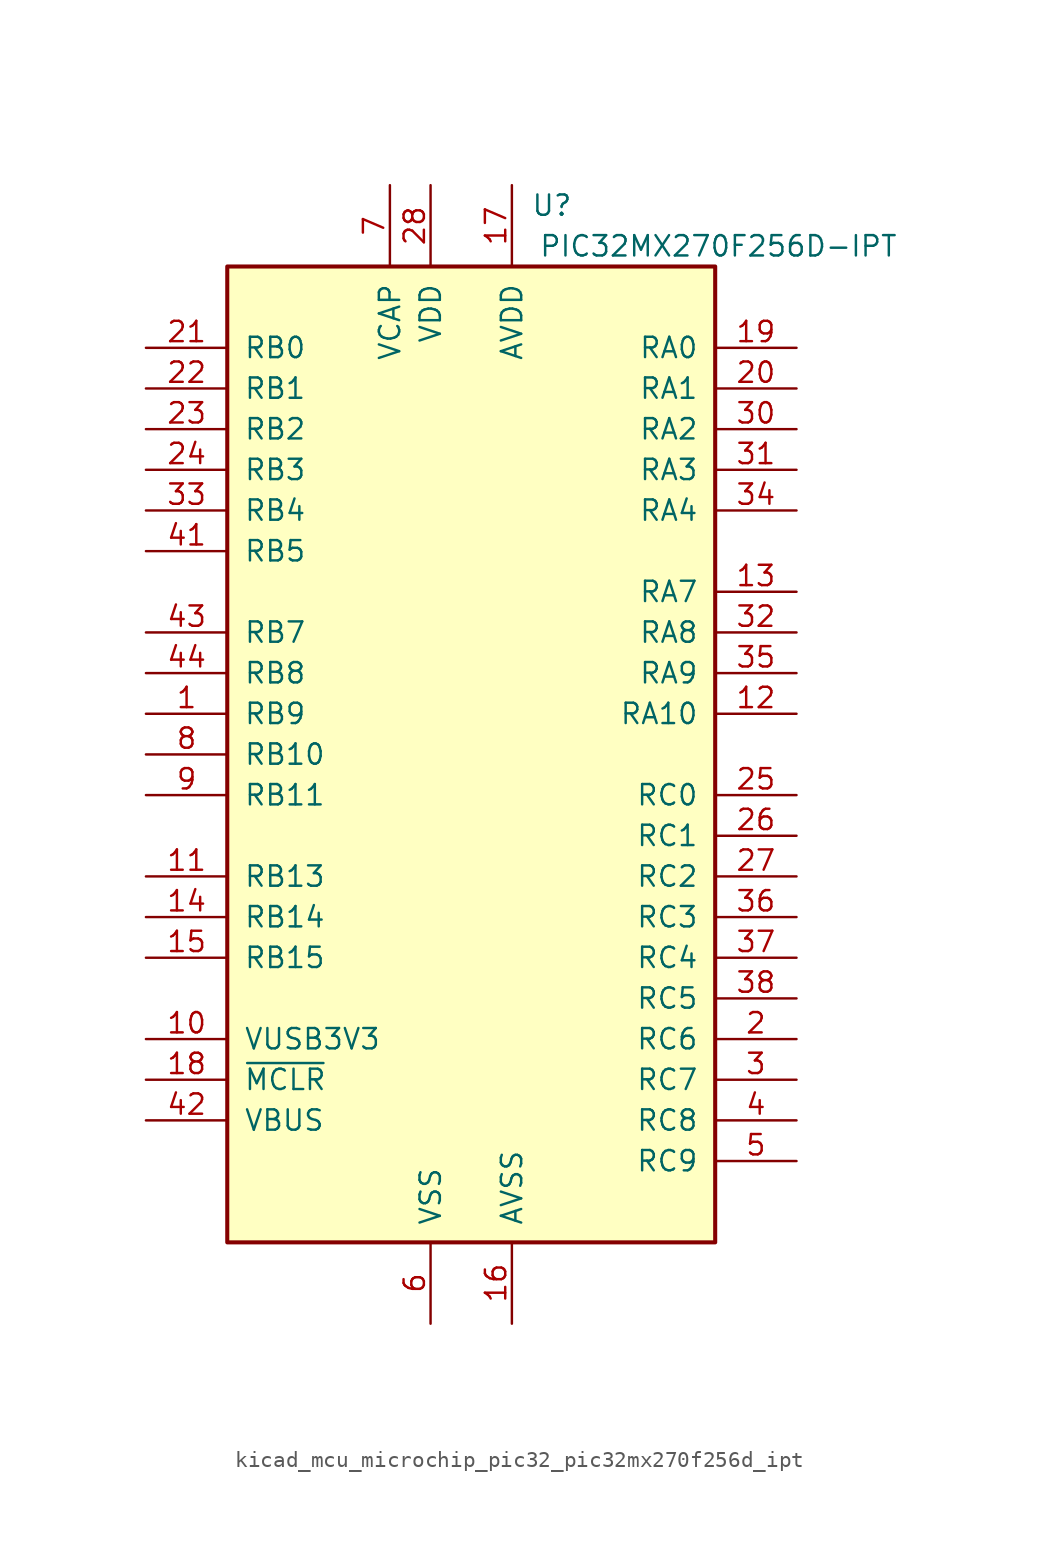
<source format=kicad_sym>
(kicad_symbol_lib
  (version 20220914)
  (generator kicad_symbol_editor)
  (symbol "kicad_mcu_microchip_pic32_pic32mx270f256d_ipt"
    (pin_names
      (offset 1.016))
    (property "Reference" "U"
      (at 6.35 34.29 0)
      (effects (font (size 1.27 1.27)) (justify right)))
    (property "Value" "PIC32MX270F256D-IPT"
      (at 26.67 31.75 0)
      (effects (font (size 1.27 1.27)) (justify right)))
    (symbol "kicad_mcu_microchip_pic32_pic32mx270f256d_ipt_0_1"
      (rectangle (start -15.24 30.48) (end 15.24 -30.48) (stroke (width 0.254) (type default)) (fill (type background))))
    (symbol "kicad_mcu_microchip_pic32_pic32mx270f256d_ipt_1_1"
      (pin bidirectional line (at -20.32 2.54 0) (length 5.08) (name "RB9" (effects (font (size 1.27 1.27)))) (number "1" (effects (font (size 1.27 1.27)))))
      (pin bidirectional line (at -20.32 -17.78 0) (length 5.08) (name "VUSB3V3" (effects (font (size 1.27 1.27)))) (number "10" (effects (font (size 1.27 1.27)))))
      (pin bidirectional line (at -20.32 -7.62 0) (length 5.08) (name "RB13" (effects (font (size 1.27 1.27)))) (number "11" (effects (font (size 1.27 1.27)))))
      (pin bidirectional line (at 20.32 2.54 180) (length 5.08) (name "RA10" (effects (font (size 1.27 1.27)))) (number "12" (effects (font (size 1.27 1.27)))))
      (pin bidirectional line (at 20.32 10.16 180) (length 5.08) (name "RA7" (effects (font (size 1.27 1.27)))) (number "13" (effects (font (size 1.27 1.27)))))
      (pin bidirectional line (at -20.32 -10.16 0) (length 5.08) (name "RB14" (effects (font (size 1.27 1.27)))) (number "14" (effects (font (size 1.27 1.27)))))
      (pin bidirectional line (at -20.32 -12.7 0) (length 5.08) (name "RB15" (effects (font (size 1.27 1.27)))) (number "15" (effects (font (size 1.27 1.27)))))
      (pin power_in line (at 2.54 -35.56 90) (length 5.08) (name "AVSS" (effects (font (size 1.27 1.27)))) (number "16" (effects (font (size 1.27 1.27)))))
      (pin power_in line (at 2.54 35.56 270) (length 5.08) (name "AVDD" (effects (font (size 1.27 1.27)))) (number "17" (effects (font (size 1.27 1.27)))))
      (pin input line (at -20.32 -20.32 0) (length 5.08) (name "~{MCLR}" (effects (font (size 1.27 1.27)))) (number "18" (effects (font (size 1.27 1.27)))))
      (pin input line (at 20.32 25.4 180) (length 5.08) (name "RA0" (effects (font (size 1.27 1.27)))) (number "19" (effects (font (size 1.27 1.27)))))
      (pin bidirectional line (at 20.32 -17.78 180) (length 5.08) (name "RC6" (effects (font (size 1.27 1.27)))) (number "2" (effects (font (size 1.27 1.27)))))
      (pin input line (at 20.32 22.86 180) (length 5.08) (name "RA1" (effects (font (size 1.27 1.27)))) (number "20" (effects (font (size 1.27 1.27)))))
      (pin input line (at -20.32 25.4 0) (length 5.08) (name "RB0" (effects (font (size 1.27 1.27)))) (number "21" (effects (font (size 1.27 1.27)))))
      (pin input line (at -20.32 22.86 0) (length 5.08) (name "RB1" (effects (font (size 1.27 1.27)))) (number "22" (effects (font (size 1.27 1.27)))))
      (pin input line (at -20.32 20.32 0) (length 5.08) (name "RB2" (effects (font (size 1.27 1.27)))) (number "23" (effects (font (size 1.27 1.27)))))
      (pin input line (at -20.32 17.78 0) (length 5.08) (name "RB3" (effects (font (size 1.27 1.27)))) (number "24" (effects (font (size 1.27 1.27)))))
      (pin input line (at 20.32 -2.54 180) (length 5.08) (name "RC0" (effects (font (size 1.27 1.27)))) (number "25" (effects (font (size 1.27 1.27)))))
      (pin input line (at 20.32 -5.08 180) (length 5.08) (name "RC1" (effects (font (size 1.27 1.27)))) (number "26" (effects (font (size 1.27 1.27)))))
      (pin input line (at 20.32 -7.62 180) (length 5.08) (name "RC2" (effects (font (size 1.27 1.27)))) (number "27" (effects (font (size 1.27 1.27)))))
      (pin power_in line (at -2.54 35.56 270) (length 5.08) (name "VDD" (effects (font (size 1.27 1.27)))) (number "28" (effects (font (size 1.27 1.27)))))
      (pin passive line (at -2.54 -35.56 90) (length 5.08) hide (name "VSS" (effects (font (size 1.27 1.27)))) (number "29" (effects (font (size 1.27 1.27)))))
      (pin bidirectional line (at 20.32 -20.32 180) (length 5.08) (name "RC7" (effects (font (size 1.27 1.27)))) (number "3" (effects (font (size 1.27 1.27)))))
      (pin input line (at 20.32 20.32 180) (length 5.08) (name "RA2" (effects (font (size 1.27 1.27)))) (number "30" (effects (font (size 1.27 1.27)))))
      (pin input line (at 20.32 17.78 180) (length 5.08) (name "RA3" (effects (font (size 1.27 1.27)))) (number "31" (effects (font (size 1.27 1.27)))))
      (pin input line (at 20.32 7.62 180) (length 5.08) (name "RA8" (effects (font (size 1.27 1.27)))) (number "32" (effects (font (size 1.27 1.27)))))
      (pin input line (at -20.32 15.24 0) (length 5.08) (name "RB4" (effects (font (size 1.27 1.27)))) (number "33" (effects (font (size 1.27 1.27)))))
      (pin input line (at 20.32 15.24 180) (length 5.08) (name "RA4" (effects (font (size 1.27 1.27)))) (number "34" (effects (font (size 1.27 1.27)))))
      (pin input line (at 20.32 5.08 180) (length 5.08) (name "RA9" (effects (font (size 1.27 1.27)))) (number "35" (effects (font (size 1.27 1.27)))))
      (pin input line (at 20.32 -10.16 180) (length 5.08) (name "RC3" (effects (font (size 1.27 1.27)))) (number "36" (effects (font (size 1.27 1.27)))))
      (pin input line (at 20.32 -12.7 180) (length 5.08) (name "RC4" (effects (font (size 1.27 1.27)))) (number "37" (effects (font (size 1.27 1.27)))))
      (pin input line (at 20.32 -15.24 180) (length 5.08) (name "RC5" (effects (font (size 1.27 1.27)))) (number "38" (effects (font (size 1.27 1.27)))))
      (pin passive line (at -2.54 -35.56 90) (length 5.08) hide (name "VSS" (effects (font (size 1.27 1.27)))) (number "39" (effects (font (size 1.27 1.27)))))
      (pin bidirectional line (at 20.32 -22.86 180) (length 5.08) (name "RC8" (effects (font (size 1.27 1.27)))) (number "4" (effects (font (size 1.27 1.27)))))
      (pin passive line (at -2.54 35.56 270) (length 5.08) hide (name "VDD" (effects (font (size 1.27 1.27)))) (number "40" (effects (font (size 1.27 1.27)))))
      (pin input line (at -20.32 12.7 0) (length 5.08) (name "RB5" (effects (font (size 1.27 1.27)))) (number "41" (effects (font (size 1.27 1.27)))))
      (pin input line (at -20.32 -22.86 0) (length 5.08) (name "VBUS" (effects (font (size 1.27 1.27)))) (number "42" (effects (font (size 1.27 1.27)))))
      (pin input line (at -20.32 7.62 0) (length 5.08) (name "RB7" (effects (font (size 1.27 1.27)))) (number "43" (effects (font (size 1.27 1.27)))))
      (pin input line (at -20.32 5.08 0) (length 5.08) (name "RB8" (effects (font (size 1.27 1.27)))) (number "44" (effects (font (size 1.27 1.27)))))
      (pin bidirectional line (at 20.32 -25.4 180) (length 5.08) (name "RC9" (effects (font (size 1.27 1.27)))) (number "5" (effects (font (size 1.27 1.27)))))
      (pin power_in line (at -2.54 -35.56 90) (length 5.08) (name "VSS" (effects (font (size 1.27 1.27)))) (number "6" (effects (font (size 1.27 1.27)))))
      (pin power_in line (at -5.08 35.56 270) (length 5.08) (name "VCAP" (effects (font (size 1.27 1.27)))) (number "7" (effects (font (size 1.27 1.27)))))
      (pin bidirectional line (at -20.32 0 0) (length 5.08) (name "RB10" (effects (font (size 1.27 1.27)))) (number "8" (effects (font (size 1.27 1.27)))))
      (pin bidirectional line (at -20.32 -2.54 0) (length 5.08) (name "RB11" (effects (font (size 1.27 1.27)))) (number "9" (effects (font (size 1.27 1.27))))))))
</source>
